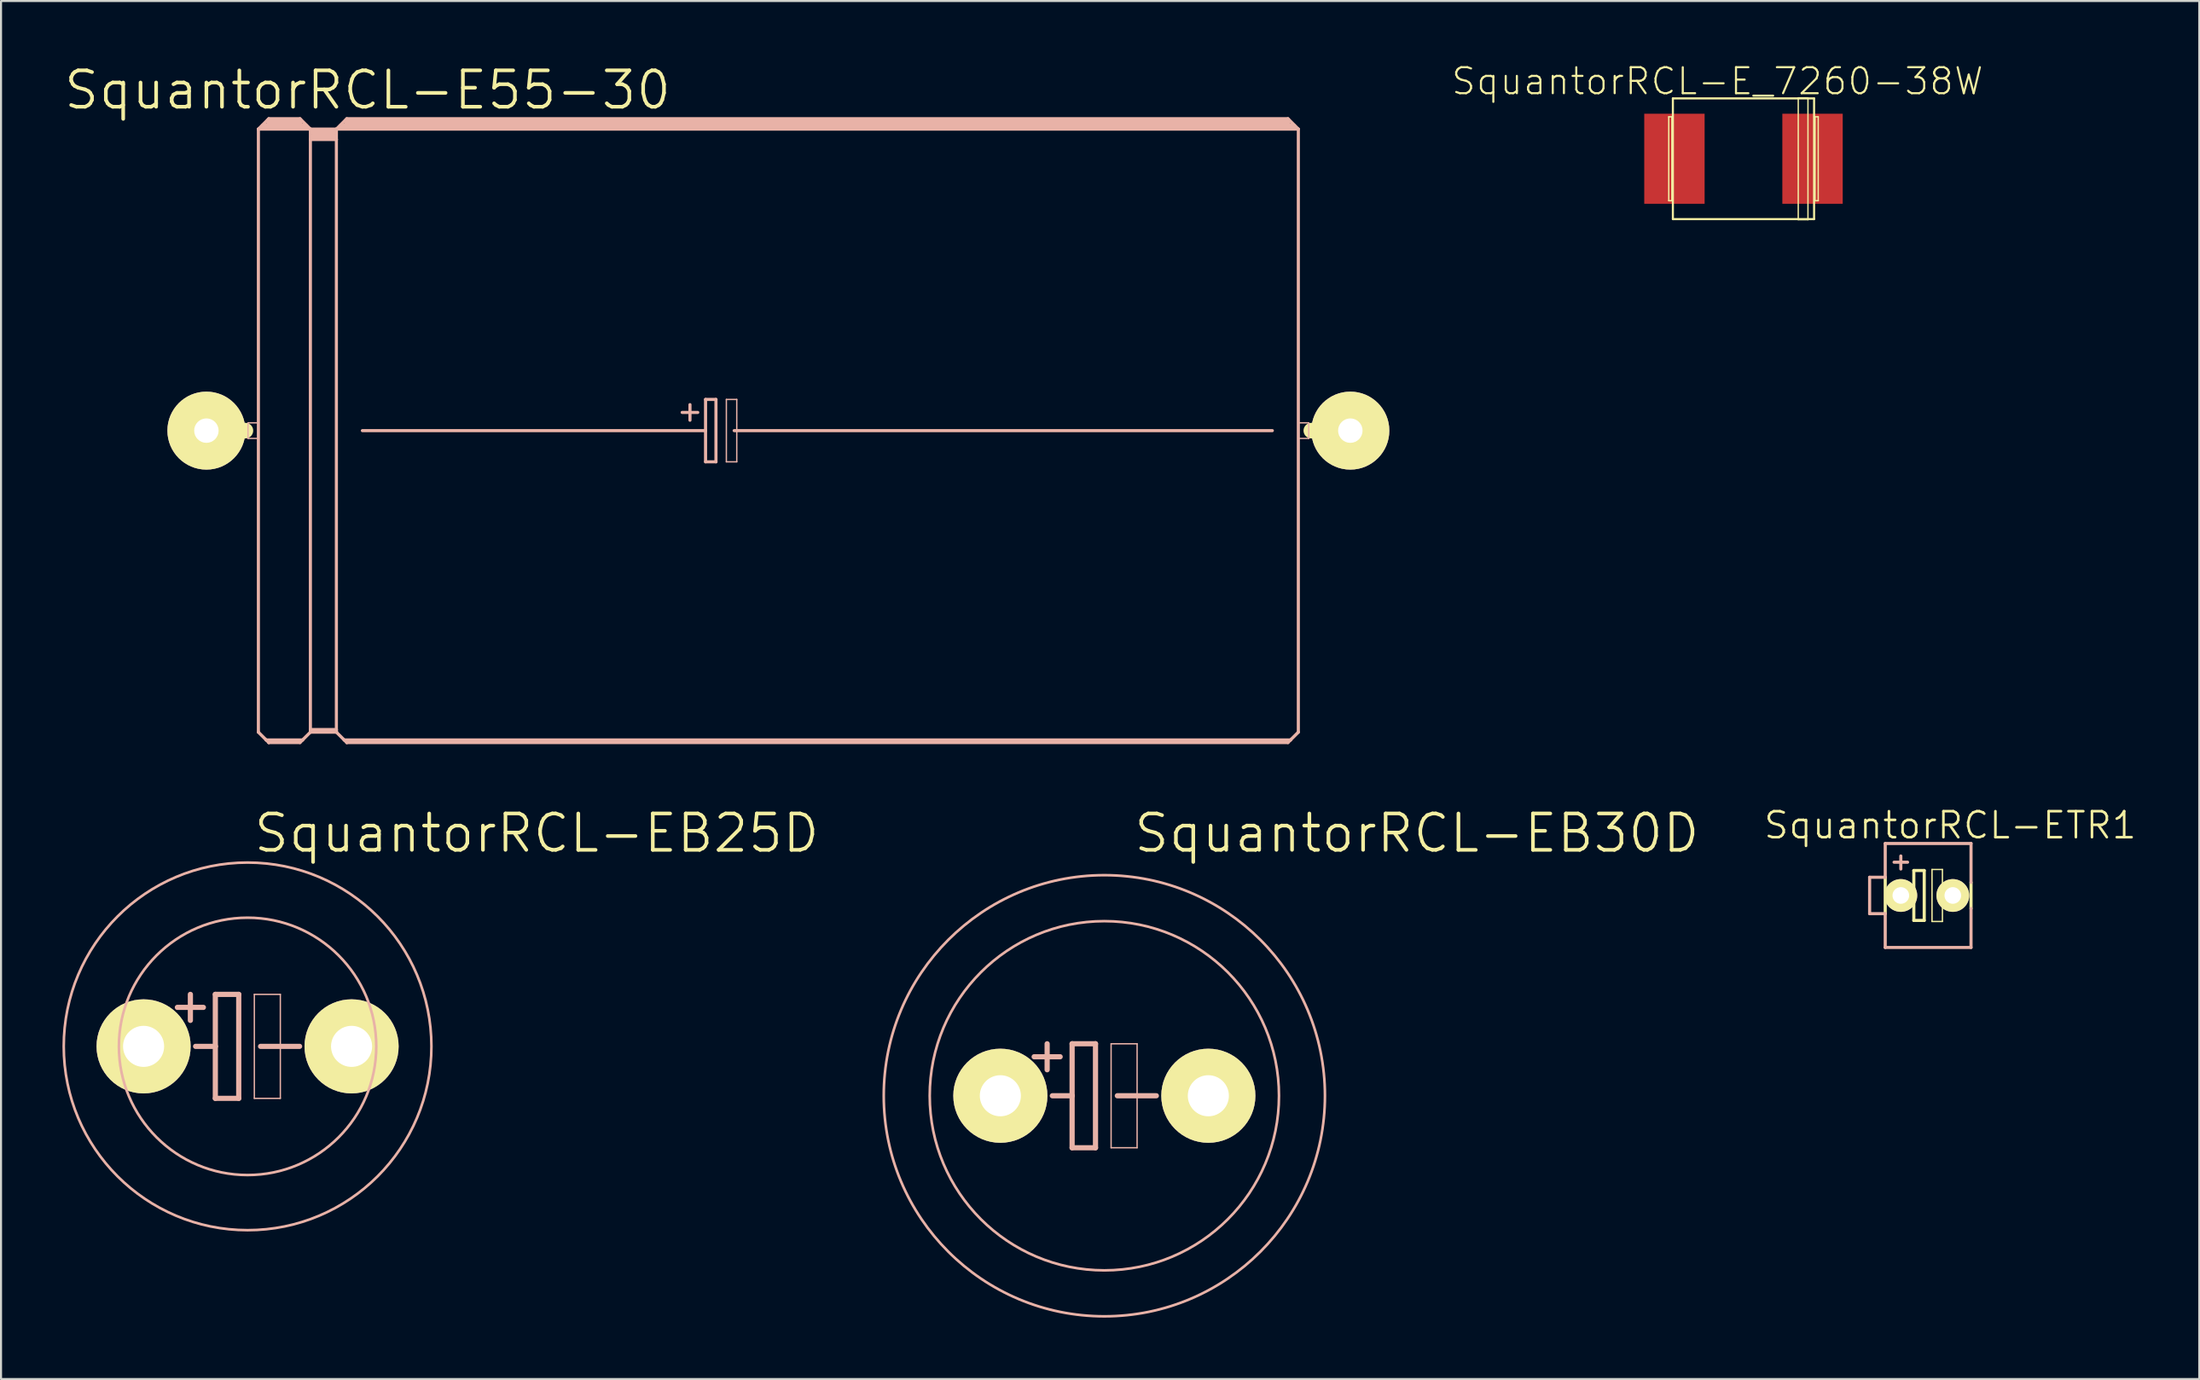
<source format=kicad_pcb>
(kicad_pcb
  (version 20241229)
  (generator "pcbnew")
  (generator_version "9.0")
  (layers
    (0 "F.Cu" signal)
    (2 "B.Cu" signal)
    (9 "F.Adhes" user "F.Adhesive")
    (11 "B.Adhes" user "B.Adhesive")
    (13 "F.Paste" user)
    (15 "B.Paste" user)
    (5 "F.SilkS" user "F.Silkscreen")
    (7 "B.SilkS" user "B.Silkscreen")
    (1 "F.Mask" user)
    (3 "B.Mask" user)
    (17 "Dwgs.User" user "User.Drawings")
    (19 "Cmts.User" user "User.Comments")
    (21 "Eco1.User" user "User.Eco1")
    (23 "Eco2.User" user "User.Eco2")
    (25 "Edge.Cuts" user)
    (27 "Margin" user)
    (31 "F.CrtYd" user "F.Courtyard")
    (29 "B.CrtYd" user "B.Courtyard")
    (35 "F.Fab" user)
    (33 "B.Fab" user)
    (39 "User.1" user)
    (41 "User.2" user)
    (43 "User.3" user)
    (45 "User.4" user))
  (footprint "SquantorRCL-E_7260-38W"
    (layer "F.Cu")
    (at 82.117 4.706)
    (property "Reference" "SquantorRCL-E_7260-38W" (at -1.273 -3.785 0) (layer "F.SilkS") (effects (font (size 1.27 1.27) (thickness 0.102))))
    (attr smd)
    (fp_line (start -3.65 -2.05) (end -3.498 -2.05) (stroke (width 0.066) (type solid)) (layer "F.SilkS"))
    (fp_line (start -3.65 2.05) (end -3.65 -2.05) (stroke (width 0.066) (type solid)) (layer "F.SilkS"))
    (fp_line (start -3.65 2.05) (end -3.498 2.05) (stroke (width 0.066) (type solid)) (layer "F.SilkS"))
    (fp_line (start -3.498 2.05) (end -3.498 -2.05) (stroke (width 0.066) (type solid)) (layer "F.SilkS"))
    (fp_line (start -3.449 -2.949) (end 3.449 -2.949) (stroke (width 0.102) (type solid)) (layer "F.SilkS"))
    (fp_line (start -3.449 2.949) (end -3.449 -2.949) (stroke (width 0.102) (type solid)) (layer "F.SilkS"))
    (fp_line (start 2.675 -2.974) (end 3.15 -2.974) (stroke (width 0.066) (type solid)) (layer "F.SilkS"))
    (fp_line (start 2.675 2.974) (end 2.675 -2.974) (stroke (width 0.066) (type solid)) (layer "F.SilkS"))
    (fp_line (start 2.675 2.974) (end 3.15 2.974) (stroke (width 0.066) (type solid)) (layer "F.SilkS"))
    (fp_line (start 3.15 2.974) (end 3.15 -2.974) (stroke (width 0.066) (type solid)) (layer "F.SilkS"))
    (fp_line (start 3.449 -2.949) (end 3.449 2.949) (stroke (width 0.102) (type solid)) (layer "F.SilkS"))
    (fp_line (start 3.449 2.949) (end -3.449 2.949) (stroke (width 0.102) (type solid)) (layer "F.SilkS"))
    (fp_line (start 3.498 -2.05) (end 3.65 -2.05) (stroke (width 0.066) (type solid)) (layer "F.SilkS"))
    (fp_line (start 3.498 2.05) (end 3.498 -2.05) (stroke (width 0.066) (type solid)) (layer "F.SilkS"))
    (fp_line (start 3.498 2.05) (end 3.65 2.05) (stroke (width 0.066) (type solid)) (layer "F.SilkS"))
    (fp_line (start 3.65 2.05) (end 3.65 -2.05) (stroke (width 0.066) (type solid)) (layer "F.SilkS"))
    (pad "+" smd rect (at 3.373 0) (size 2.949 4.399) (layers "F.Cu" "F.Mask" "F.Paste"))
    (pad "-" smd rect (at -3.373 0) (size 2.949 4.399) (layers "F.Cu" "F.Mask" "F.Paste")))
  (footprint "SquantorRCL-E55-30"
    (layer "F.Cu")
    (at 34.972 17.989)
    (property "Reference" "SquantorRCL-E55-30" (at -20.066 -16.637 0) (layer "F.SilkS") (effects (font (size 1.778 1.778) (thickness 0.178))))
    (attr exclude_from_pos_files exclude_from_bom)
    (fp_line (start -27.94 0) (end -26.035 0) (stroke (width 0.762) (type solid)) (layer "F.SilkS"))
    (fp_line (start 27.94 0) (end 26.035 0) (stroke (width 0.762) (type solid)) (layer "F.SilkS"))
    (fp_line (start -25.908 -0.381) (end -25.4 -0.381) (stroke (width 0.066) (type solid)) (layer "B.SilkS"))
    (fp_line (start -25.908 0.381) (end -25.908 -0.381) (stroke (width 0.066) (type solid)) (layer "B.SilkS"))
    (fp_line (start -25.908 0.381) (end -25.4 0.381) (stroke (width 0.066) (type solid)) (layer "B.SilkS"))
    (fp_line (start -25.4 -14.732) (end -25.4 14.732) (stroke (width 0.152) (type solid)) (layer "B.SilkS"))
    (fp_line (start -25.4 -14.732) (end -24.892 -15.24) (stroke (width 0.152) (type solid)) (layer "B.SilkS"))
    (fp_line (start -25.4 -14.732) (end -22.86 -14.732) (stroke (width 0.152) (type solid)) (layer "B.SilkS"))
    (fp_line (start -25.4 0.381) (end -25.4 -0.381) (stroke (width 0.066) (type solid)) (layer "B.SilkS"))
    (fp_line (start -25.4 14.732) (end -25.019 15.113) (stroke (width 0.152) (type solid)) (layer "B.SilkS"))
    (fp_line (start -25.146 -14.859) (end -23.114 -14.859) (stroke (width 0.305) (type solid)) (layer "B.SilkS"))
    (fp_line (start -25.019 15.113) (end -24.892 15.24) (stroke (width 0.152) (type solid)) (layer "B.SilkS"))
    (fp_line (start -25.019 15.113) (end -23.241 15.113) (stroke (width 0.152) (type solid)) (layer "B.SilkS"))
    (fp_line (start -24.892 -15.24) (end -23.368 -15.24) (stroke (width 0.152) (type solid)) (layer "B.SilkS"))
    (fp_line (start -24.892 -15.113) (end -23.368 -15.113) (stroke (width 0.305) (type solid)) (layer "B.SilkS"))
    (fp_line (start -24.892 15.189) (end -23.368 15.189) (stroke (width 0.152) (type solid)) (layer "B.SilkS"))
    (fp_line (start -24.892 15.24) (end -24.892 15.189) (stroke (width 0.152) (type solid)) (layer "B.SilkS"))
    (fp_line (start -24.892 15.24) (end -23.368 15.24) (stroke (width 0.152) (type solid)) (layer "B.SilkS"))
    (fp_line (start -23.368 -15.24) (end -22.86 -14.732) (stroke (width 0.152) (type solid)) (layer "B.SilkS"))
    (fp_line (start -23.368 15.24) (end -23.241 15.113) (stroke (width 0.152) (type solid)) (layer "B.SilkS"))
    (fp_line (start -23.241 15.113) (end -22.86 14.732) (stroke (width 0.152) (type solid)) (layer "B.SilkS"))
    (fp_line (start -22.86 -14.732) (end -21.59 -14.732) (stroke (width 0.152) (type solid)) (layer "B.SilkS"))
    (fp_line (start -22.86 -14.224) (end -22.86 -14.732) (stroke (width 0.152) (type solid)) (layer "B.SilkS"))
    (fp_line (start -22.86 -14.224) (end -21.59 -14.224) (stroke (width 0.152) (type solid)) (layer "B.SilkS"))
    (fp_line (start -22.86 14.605) (end -22.86 -14.224) (stroke (width 0.152) (type solid)) (layer "B.SilkS"))
    (fp_line (start -22.86 14.605) (end -21.59 14.605) (stroke (width 0.152) (type solid)) (layer "B.SilkS"))
    (fp_line (start -22.86 14.681) (end -22.86 14.605) (stroke (width 0.152) (type solid)) (layer "B.SilkS"))
    (fp_line (start -22.86 14.681) (end -21.59 14.681) (stroke (width 0.152) (type solid)) (layer "B.SilkS"))
    (fp_line (start -22.86 14.732) (end -22.86 14.681) (stroke (width 0.152) (type solid)) (layer "B.SilkS"))
    (fp_line (start -22.86 14.732) (end -21.59 14.732) (stroke (width 0.152) (type solid)) (layer "B.SilkS"))
    (fp_line (start -22.733 -14.605) (end -21.717 -14.605) (stroke (width 0.305) (type solid)) (layer "B.SilkS"))
    (fp_line (start -22.733 -14.348) (end -21.717 -14.348) (stroke (width 0.305) (type solid)) (layer "B.SilkS"))
    (fp_line (start -21.59 -14.732) (end -21.082 -15.24) (stroke (width 0.152) (type solid)) (layer "B.SilkS"))
    (fp_line (start -21.59 -14.732) (end 25.4 -14.732) (stroke (width 0.152) (type solid)) (layer "B.SilkS"))
    (fp_line (start -21.59 -14.224) (end -21.59 -14.732) (stroke (width 0.152) (type solid)) (layer "B.SilkS"))
    (fp_line (start -21.59 14.605) (end -21.59 -14.224) (stroke (width 0.152) (type solid)) (layer "B.SilkS"))
    (fp_line (start -21.59 14.681) (end -21.59 14.605) (stroke (width 0.152) (type solid)) (layer "B.SilkS"))
    (fp_line (start -21.59 14.732) (end -21.59 14.681) (stroke (width 0.152) (type solid)) (layer "B.SilkS"))
    (fp_line (start -21.59 14.732) (end -21.209 15.113) (stroke (width 0.152) (type solid)) (layer "B.SilkS"))
    (fp_line (start -21.336 -14.859) (end 25.146 -14.859) (stroke (width 0.305) (type solid)) (layer "B.SilkS"))
    (fp_line (start -21.209 15.113) (end -21.082 15.24) (stroke (width 0.152) (type solid)) (layer "B.SilkS"))
    (fp_line (start -21.209 15.113) (end 25.019 15.113) (stroke (width 0.152) (type solid)) (layer "B.SilkS"))
    (fp_line (start -21.082 -15.24) (end 24.892 -15.24) (stroke (width 0.152) (type solid)) (layer "B.SilkS"))
    (fp_line (start -21.082 -15.113) (end 24.892 -15.113) (stroke (width 0.305) (type solid)) (layer "B.SilkS"))
    (fp_line (start -21.082 15.189) (end 24.892 15.189) (stroke (width 0.152) (type solid)) (layer "B.SilkS"))
    (fp_line (start -21.082 15.24) (end -21.082 15.189) (stroke (width 0.152) (type solid)) (layer "B.SilkS"))
    (fp_line (start -21.082 15.24) (end 24.892 15.24) (stroke (width 0.152) (type solid)) (layer "B.SilkS"))
    (fp_line (start -20.32 0) (end -3.556 0) (stroke (width 0.152) (type solid)) (layer "B.SilkS"))
    (fp_line (start -4.699 -0.889) (end -3.937 -0.889) (stroke (width 0.152) (type solid)) (layer "B.SilkS"))
    (fp_line (start -4.318 -1.27) (end -4.318 -0.508) (stroke (width 0.152) (type solid)) (layer "B.SilkS"))
    (fp_line (start -3.556 -1.524) (end -3.556 0) (stroke (width 0.152) (type solid)) (layer "B.SilkS"))
    (fp_line (start -3.556 0) (end -3.556 1.524) (stroke (width 0.152) (type solid)) (layer "B.SilkS"))
    (fp_line (start -3.556 1.524) (end -3.048 1.524) (stroke (width 0.152) (type solid)) (layer "B.SilkS"))
    (fp_line (start -3.048 -1.524) (end -3.556 -1.524) (stroke (width 0.152) (type solid)) (layer "B.SilkS"))
    (fp_line (start -3.048 1.524) (end -3.048 -1.524) (stroke (width 0.152) (type solid)) (layer "B.SilkS"))
    (fp_line (start -2.54 -1.524) (end -2.032 -1.524) (stroke (width 0.066) (type solid)) (layer "B.SilkS"))
    (fp_line (start -2.54 1.524) (end -2.54 -1.524) (stroke (width 0.066) (type solid)) (layer "B.SilkS"))
    (fp_line (start -2.54 1.524) (end -2.032 1.524) (stroke (width 0.066) (type solid)) (layer "B.SilkS"))
    (fp_line (start -2.159 0) (end 24.13 0) (stroke (width 0.152) (type solid)) (layer "B.SilkS"))
    (fp_line (start -2.032 1.524) (end -2.032 -1.524) (stroke (width 0.066) (type solid)) (layer "B.SilkS"))
    (fp_line (start 24.892 -15.24) (end 25.4 -14.732) (stroke (width 0.152) (type solid)) (layer "B.SilkS"))
    (fp_line (start 24.892 15.24) (end 25.019 15.113) (stroke (width 0.152) (type solid)) (layer "B.SilkS"))
    (fp_line (start 25.019 15.113) (end 25.4 14.732) (stroke (width 0.152) (type solid)) (layer "B.SilkS"))
    (fp_line (start 25.4 -14.732) (end 25.4 14.732) (stroke (width 0.152) (type solid)) (layer "B.SilkS"))
    (fp_line (start 25.4 -0.381) (end 25.908 -0.381) (stroke (width 0.066) (type solid)) (layer "B.SilkS"))
    (fp_line (start 25.4 0.381) (end 25.4 -0.381) (stroke (width 0.066) (type solid)) (layer "B.SilkS"))
    (fp_line (start 25.4 0.381) (end 25.908 0.381) (stroke (width 0.066) (type solid)) (layer "B.SilkS"))
    (fp_line (start 25.908 0.381) (end 25.908 -0.381) (stroke (width 0.066) (type solid)) (layer "B.SilkS"))
    (pad "+" thru_hole circle (at -27.94 0) (size 3.81 3.81) (drill 1.194) (layers "*.Cu" "F.Mask" "F.SilkS" "F.Paste"))
    (pad "-" thru_hole circle (at 27.94 0) (size 3.81 3.81) (drill 1.194) (layers "*.Cu" "F.Mask" "F.SilkS" "F.Paste")))
  (footprint "SquantorRCL-EB30D"
    (layer "F.Cu")
    (at 50.896 50.485)
    (property "Reference" "SquantorRCL-EB30D" (at 15.265 -12.827 0) (layer "F.SilkS") (effects (font (size 1.778 1.778) (thickness 0.178))))
    (attr exclude_from_pos_files exclude_from_bom)
    (fp_line (start -2.794 -2.54) (end -2.794 -1.27) (stroke (width 0.254) (type solid)) (layer "B.SilkS"))
    (fp_line (start -2.54 0) (end -1.575 0) (stroke (width 0.254) (type solid)) (layer "B.SilkS"))
    (fp_line (start -2.159 -1.905) (end -3.429 -1.905) (stroke (width 0.254) (type solid)) (layer "B.SilkS"))
    (fp_line (start -1.575 -2.54) (end -0.432 -2.54) (stroke (width 0.254) (type solid)) (layer "B.SilkS"))
    (fp_line (start -1.575 0) (end -1.575 -2.54) (stroke (width 0.254) (type solid)) (layer "B.SilkS"))
    (fp_line (start -1.575 2.54) (end -1.575 0) (stroke (width 0.254) (type solid)) (layer "B.SilkS"))
    (fp_line (start -0.432 -2.54) (end -0.432 2.54) (stroke (width 0.254) (type solid)) (layer "B.SilkS"))
    (fp_line (start -0.432 2.54) (end -1.575 2.54) (stroke (width 0.254) (type solid)) (layer "B.SilkS"))
    (fp_line (start 0.33 -2.54) (end 1.6 -2.54) (stroke (width 0.066) (type solid)) (layer "B.SilkS"))
    (fp_line (start 0.33 2.54) (end 0.33 -2.54) (stroke (width 0.066) (type solid)) (layer "B.SilkS"))
    (fp_line (start 0.33 2.54) (end 1.6 2.54) (stroke (width 0.066) (type solid)) (layer "B.SilkS"))
    (fp_line (start 0.635 0) (end 2.54 0) (stroke (width 0.254) (type solid)) (layer "B.SilkS"))
    (fp_line (start 1.6 2.54) (end 1.6 -2.54) (stroke (width 0.066) (type solid)) (layer "B.SilkS"))
    (fp_circle (center 0 0) (end -7.62 7.62) (stroke (width 0.127) (type solid)) (fill no) (layer "B.SilkS"))
    (fp_circle (center 0 0) (end -6.032 6.032) (stroke (width 0.127) (type solid)) (fill no) (layer "B.SilkS"))
    (pad "+" thru_hole circle (at -5.08 0) (size 4.597 4.597) (drill 2.007) (layers "*.Cu" "F.Mask" "F.SilkS" "F.Paste"))
    (pad "-" thru_hole circle (at 5.08 0) (size 4.597 4.597) (drill 2.007) (layers "*.Cu" "F.Mask" "F.SilkS" "F.Paste")))
  (footprint "SquantorRCL-ETR1"
    (layer "F.Cu")
    (at 91.073 40.7)
    (property "Reference" "SquantorRCL-ETR1" (at 1.143 -3.429 0) (layer "F.SilkS") (effects (font (size 1.27 1.27) (thickness 0.127))))
    (attr exclude_from_pos_files exclude_from_bom)
    (fp_line (start -2.032 0.889) (end -2.032 -0.889) (stroke (width 0.152) (type solid)) (layer "F.SilkS"))
    (fp_line (start -1.651 0) (end -0.635 0) (stroke (width 0.152) (type solid)) (layer "F.SilkS"))
    (fp_line (start -0.635 -1.219) (end -0.635 0) (stroke (width 0.152) (type solid)) (layer "F.SilkS"))
    (fp_line (start -0.635 0) (end -0.635 1.219) (stroke (width 0.152) (type solid)) (layer "F.SilkS"))
    (fp_line (start -0.635 1.219) (end -0.127 1.219) (stroke (width 0.152) (type solid)) (layer "F.SilkS"))
    (fp_line (start -0.127 -1.219) (end -0.635 -1.219) (stroke (width 0.152) (type solid)) (layer "F.SilkS"))
    (fp_line (start -0.127 1.219) (end -0.127 -1.219) (stroke (width 0.152) (type solid)) (layer "F.SilkS"))
    (fp_line (start 0.254 -1.27) (end 0.762 -1.27) (stroke (width 0.066) (type solid)) (layer "F.SilkS"))
    (fp_line (start 0.254 1.27) (end 0.254 -1.27) (stroke (width 0.066) (type solid)) (layer "F.SilkS"))
    (fp_line (start 0.254 1.27) (end 0.762 1.27) (stroke (width 0.066) (type solid)) (layer "F.SilkS"))
    (fp_line (start 0.635 0) (end 1.651 0) (stroke (width 0.152) (type solid)) (layer "F.SilkS"))
    (fp_line (start 0.762 1.27) (end 0.762 -1.27) (stroke (width 0.066) (type solid)) (layer "F.SilkS"))
    (fp_line (start 2.159 -0.635) (end 2.159 0.635) (stroke (width 0.152) (type solid)) (layer "F.SilkS"))
    (fp_line (start -2.794 -0.889) (end -2.794 0.889) (stroke (width 0.152) (type solid)) (layer "B.SilkS"))
    (fp_line (start -2.794 0.889) (end -2.032 0.889) (stroke (width 0.152) (type solid)) (layer "B.SilkS"))
    (fp_line (start -2.032 -0.889) (end -2.794 -0.889) (stroke (width 0.152) (type solid)) (layer "B.SilkS"))
    (fp_line (start -2.032 -0.889) (end -2.032 -2.54) (stroke (width 0.152) (type solid)) (layer "B.SilkS"))
    (fp_line (start -2.032 2.54) (end -2.032 0.889) (stroke (width 0.152) (type solid)) (layer "B.SilkS"))
    (fp_line (start -2.032 2.54) (end 2.159 2.54) (stroke (width 0.152) (type solid)) (layer "B.SilkS"))
    (fp_line (start -1.27 -1.93) (end -1.27 -1.293) (stroke (width 0.152) (type solid)) (layer "B.SilkS"))
    (fp_line (start -0.94 -1.626) (end -1.6 -1.626) (stroke (width 0.152) (type solid)) (layer "B.SilkS"))
    (fp_line (start 2.159 -2.54) (end -2.032 -2.54) (stroke (width 0.152) (type solid)) (layer "B.SilkS"))
    (fp_line (start 2.159 -2.54) (end 2.159 -0.635) (stroke (width 0.152) (type solid)) (layer "B.SilkS"))
    (fp_line (start 2.159 0.635) (end 2.159 2.54) (stroke (width 0.152) (type solid)) (layer "B.SilkS"))
    (pad "+" thru_hole circle (at -1.27 0) (size 1.6 1.6) (drill 0.813) (layers "*.Cu" "F.Mask" "F.SilkS" "F.Paste"))
    (pad "-" thru_hole circle (at 1.27 0) (size 1.6 1.6) (drill 0.813) (layers "*.Cu" "F.Mask" "F.SilkS" "F.Paste")))
  (footprint "SquantorRCL-EB25D"
    (layer "F.Cu")
    (at 9.044 48.072)
    (property "Reference" "SquantorRCL-EB25D" (at 14.122 -10.414 0) (layer "F.SilkS") (effects (font (size 1.778 1.778) (thickness 0.178))))
    (attr exclude_from_pos_files exclude_from_bom)
    (fp_line (start -2.794 -2.54) (end -2.794 -1.27) (stroke (width 0.254) (type solid)) (layer "B.SilkS"))
    (fp_line (start -2.54 0) (end -1.575 0) (stroke (width 0.254) (type solid)) (layer "B.SilkS"))
    (fp_line (start -2.159 -1.905) (end -3.429 -1.905) (stroke (width 0.254) (type solid)) (layer "B.SilkS"))
    (fp_line (start -1.575 -2.54) (end -0.432 -2.54) (stroke (width 0.254) (type solid)) (layer "B.SilkS"))
    (fp_line (start -1.575 0) (end -1.575 -2.54) (stroke (width 0.254) (type solid)) (layer "B.SilkS"))
    (fp_line (start -1.575 2.54) (end -1.575 0) (stroke (width 0.254) (type solid)) (layer "B.SilkS"))
    (fp_line (start -0.432 -2.54) (end -0.432 2.54) (stroke (width 0.254) (type solid)) (layer "B.SilkS"))
    (fp_line (start -0.432 2.54) (end -1.575 2.54) (stroke (width 0.254) (type solid)) (layer "B.SilkS"))
    (fp_line (start 0.33 -2.54) (end 1.6 -2.54) (stroke (width 0.066) (type solid)) (layer "B.SilkS"))
    (fp_line (start 0.33 2.54) (end 0.33 -2.54) (stroke (width 0.066) (type solid)) (layer "B.SilkS"))
    (fp_line (start 0.33 2.54) (end 1.6 2.54) (stroke (width 0.066) (type solid)) (layer "B.SilkS"))
    (fp_line (start 0.635 0) (end 2.54 0) (stroke (width 0.254) (type solid)) (layer "B.SilkS"))
    (fp_line (start 1.6 2.54) (end 1.6 -2.54) (stroke (width 0.066) (type solid)) (layer "B.SilkS"))
    (fp_circle (center 0 0) (end -6.35 6.35) (stroke (width 0.127) (type solid)) (fill no) (layer "B.SilkS"))
    (fp_circle (center 0 0) (end -4.445 4.445) (stroke (width 0.127) (type solid)) (fill no) (layer "B.SilkS"))
    (pad "+" thru_hole circle (at -5.08 0) (size 4.597 4.597) (drill 2.007) (layers "*.Cu" "F.Mask" "F.SilkS" "F.Paste"))
    (pad "-" thru_hole circle (at 5.08 0) (size 4.597 4.597) (drill 2.007) (layers "*.Cu" "F.Mask" "F.SilkS" "F.Paste")))
  (gr_rect
    (start -3 -3)
    (end 104.381 64.324)
    (stroke (width 0.1) (type default))
    (fill no)
    (layer "Edge.Cuts")))
</source>
